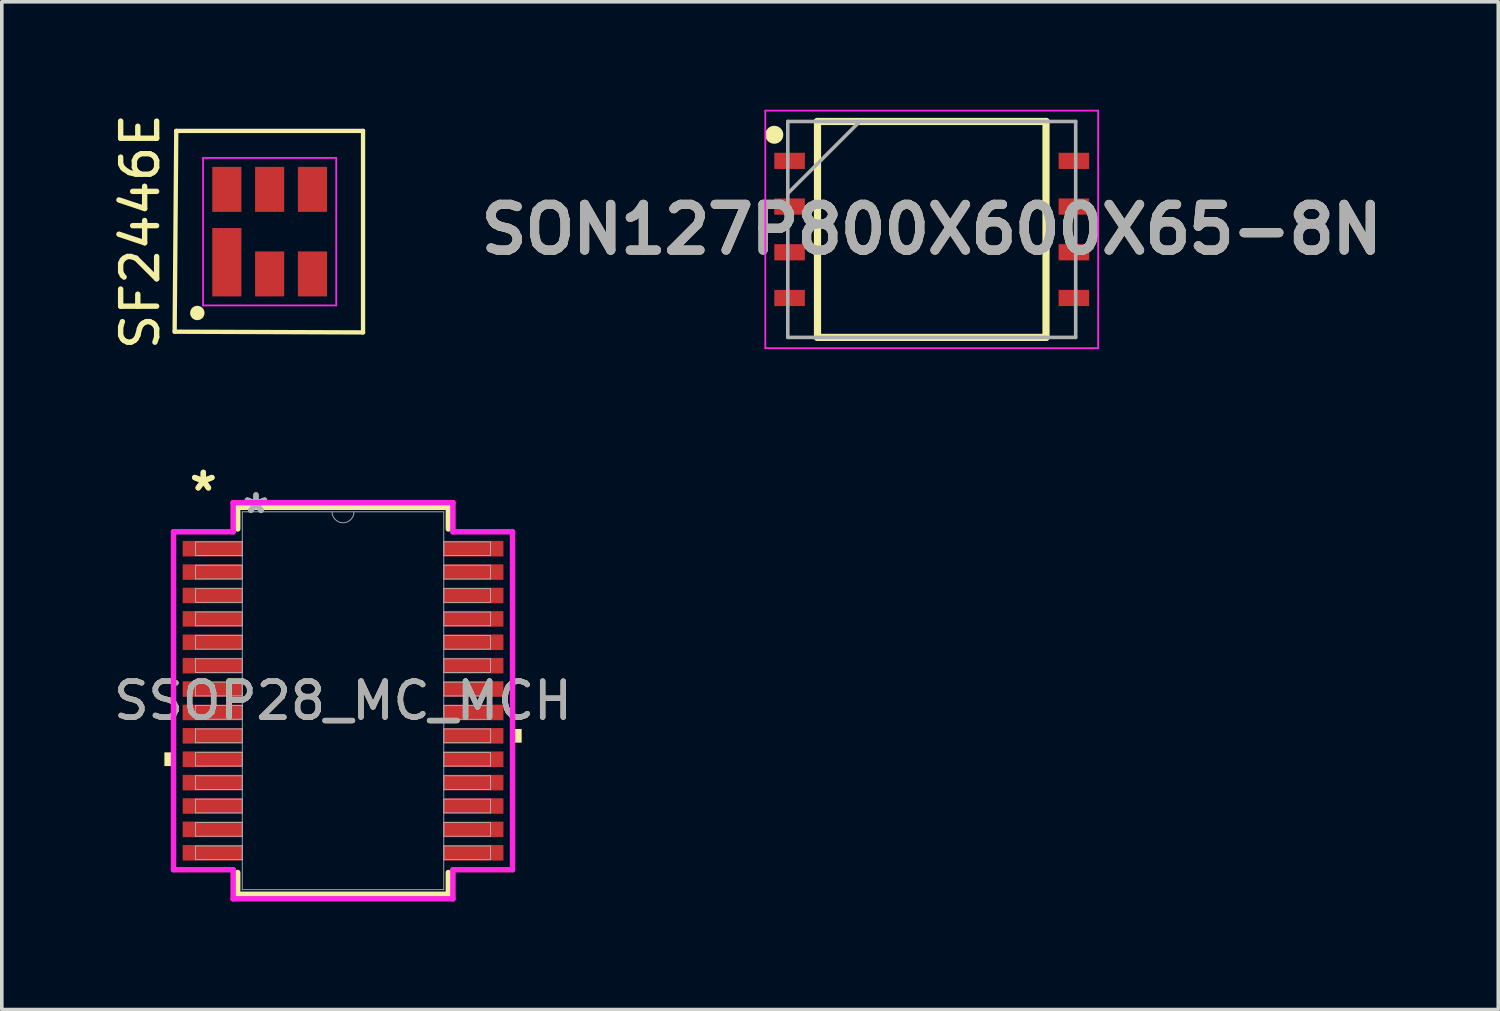
<source format=kicad_pcb>
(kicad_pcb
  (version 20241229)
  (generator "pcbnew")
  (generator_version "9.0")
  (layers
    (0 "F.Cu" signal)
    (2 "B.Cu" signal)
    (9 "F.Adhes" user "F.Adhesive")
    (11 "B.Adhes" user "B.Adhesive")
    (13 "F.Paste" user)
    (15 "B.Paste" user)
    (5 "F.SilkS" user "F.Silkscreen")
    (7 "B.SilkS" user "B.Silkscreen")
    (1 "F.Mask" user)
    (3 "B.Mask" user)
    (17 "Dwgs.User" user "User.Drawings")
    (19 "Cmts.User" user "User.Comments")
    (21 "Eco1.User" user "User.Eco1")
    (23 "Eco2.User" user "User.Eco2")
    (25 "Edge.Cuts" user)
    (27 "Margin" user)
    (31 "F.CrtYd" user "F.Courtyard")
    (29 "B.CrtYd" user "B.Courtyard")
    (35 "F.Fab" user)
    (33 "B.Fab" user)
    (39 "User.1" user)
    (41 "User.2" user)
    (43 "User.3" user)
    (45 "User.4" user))
  (footprint "SF2446E"
    (layer "F.Cu")
    (at 4.443 3.387)
    (property "Reference" "SF2446E" (at -3.595 0 90) (layer "F.SilkS") (effects (font (size 1 1) (thickness 0.15))))
    (attr smd)
    (fp_line (start -2.64 2.78) (end -2.595 -2.8) (stroke (width 0.12) (type solid)) (layer "F.SilkS"))
    (fp_line (start -2.595 -2.8) (end 2.595 -2.8) (stroke (width 0.12) (type solid)) (layer "F.SilkS"))
    (fp_line (start 2.595 -2.8) (end 2.595 2.8) (stroke (width 0.12) (type solid)) (layer "F.SilkS"))
    (fp_line (start 2.595 2.8) (end -2.64 2.78) (stroke (width 0.12) (type solid)) (layer "F.SilkS"))
    (fp_circle (center -2.01 2.26) (end -1.86 2.26) (stroke (width 0.1) (type solid)) (fill yes) (layer "F.SilkS"))
    (fp_line (start -1.85 -2.05) (end 1.85 -2.05) (stroke (width 0.05) (type solid)) (layer "F.CrtYd"))
    (fp_line (start -1.85 2.05) (end -1.85 -2.05) (stroke (width 0.05) (type solid)) (layer "F.CrtYd"))
    (fp_line (start 1.85 -2.05) (end 1.85 2.05) (stroke (width 0.05) (type solid)) (layer "F.CrtYd"))
    (fp_line (start 1.85 2.05) (end -1.85 2.05) (stroke (width 0.05) (type solid)) (layer "F.CrtYd"))
    (pad "1" smd rect (at -1.19 0.85) (size 0.81 1.9) (layers "F.Cu" "F.Mask" "F.Paste"))
    (pad "2" smd rect (at 0 1.175) (size 0.81 1.25) (layers "F.Cu" "F.Mask" "F.Paste"))
    (pad "3" smd rect (at 1.19 1.175) (size 0.81 1.25) (layers "F.Cu" "F.Mask" "F.Paste"))
    (pad "4" smd rect (at 1.19 -1.175) (size 0.81 1.25) (layers "F.Cu" "F.Mask" "F.Paste"))
    (pad "5" smd rect (at 0 -1.175) (size 0.81 1.25) (layers "F.Cu" "F.Mask" "F.Paste"))
    (pad "6" smd rect (at -1.19 -1.175) (size 0.81 1.25) (layers "F.Cu" "F.Mask" "F.Paste")))
  (footprint "SSOP28_MC_MCH"
    (layer "F.Cu")
    (at 6.482 16.422)
    (property "Reference" "SSOP28_MC_MCH" (at 0 0 0) (unlocked yes) (layer "F.SilkS") (effects (font (size 1 1) (thickness 0.15))))
    (attr smd)
    (fp_line (start -2.927 -5.377) (end -2.927 -4.774) (stroke (width 0.152) (type solid)) (layer "F.SilkS"))
    (fp_line (start -2.927 4.774) (end -2.927 5.377) (stroke (width 0.152) (type solid)) (layer "F.SilkS"))
    (fp_line (start -2.927 5.377) (end 2.927 5.377) (stroke (width 0.152) (type solid)) (layer "F.SilkS"))
    (fp_line (start 2.927 -5.377) (end -2.927 -5.377) (stroke (width 0.152) (type solid)) (layer "F.SilkS"))
    (fp_line (start 2.927 -4.774) (end 2.927 -5.377) (stroke (width 0.152) (type solid)) (layer "F.SilkS"))
    (fp_line (start 2.927 5.377) (end 2.927 4.774) (stroke (width 0.152) (type solid)) (layer "F.SilkS"))
    (fp_poly (pts (xy -4.964 1.434) (xy -4.964 1.815) (xy -4.71 1.815) (xy -4.71 1.434)) (stroke (width 0) (type solid)) (fill yes) (layer "F.SilkS"))
    (fp_poly (pts (xy 4.964 0.784) (xy 4.964 1.165) (xy 4.71 1.165) (xy 4.71 0.784)) (stroke (width 0) (type solid)) (fill yes) (layer "F.SilkS"))
    (fp_line (start -4.71 -4.695) (end -3.054 -4.695) (stroke (width 0.152) (type solid)) (layer "F.CrtYd"))
    (fp_line (start -4.71 4.695) (end -4.71 -4.695) (stroke (width 0.152) (type solid)) (layer "F.CrtYd"))
    (fp_line (start -4.71 4.695) (end -3.054 4.695) (stroke (width 0.152) (type solid)) (layer "F.CrtYd"))
    (fp_line (start -3.054 -5.504) (end 3.054 -5.504) (stroke (width 0.152) (type solid)) (layer "F.CrtYd"))
    (fp_line (start -3.054 -4.695) (end -3.054 -5.504) (stroke (width 0.152) (type solid)) (layer "F.CrtYd"))
    (fp_line (start -3.054 5.504) (end -3.054 4.695) (stroke (width 0.152) (type solid)) (layer "F.CrtYd"))
    (fp_line (start 3.054 -5.504) (end 3.054 -4.695) (stroke (width 0.152) (type solid)) (layer "F.CrtYd"))
    (fp_line (start 3.054 4.695) (end 3.054 5.504) (stroke (width 0.152) (type solid)) (layer "F.CrtYd"))
    (fp_line (start 3.054 5.504) (end -3.054 5.504) (stroke (width 0.152) (type solid)) (layer "F.CrtYd"))
    (fp_line (start 4.71 -4.695) (end 3.054 -4.695) (stroke (width 0.152) (type solid)) (layer "F.CrtYd"))
    (fp_line (start 4.71 -4.695) (end 4.71 4.695) (stroke (width 0.152) (type solid)) (layer "F.CrtYd"))
    (fp_line (start 4.71 4.695) (end 3.054 4.695) (stroke (width 0.152) (type solid)) (layer "F.CrtYd"))
    (fp_line (start -4.1 -4.415) (end -4.1 -4.035) (stroke (width 0.025) (type solid)) (layer "F.Fab"))
    (fp_line (start -4.1 -4.035) (end -2.8 -4.035) (stroke (width 0.025) (type solid)) (layer "F.Fab"))
    (fp_line (start -4.1 -3.765) (end -4.1 -3.385) (stroke (width 0.025) (type solid)) (layer "F.Fab"))
    (fp_line (start -4.1 -3.385) (end -2.8 -3.385) (stroke (width 0.025) (type solid)) (layer "F.Fab"))
    (fp_line (start -4.1 -3.115) (end -4.1 -2.735) (stroke (width 0.025) (type solid)) (layer "F.Fab"))
    (fp_line (start -4.1 -2.735) (end -2.8 -2.735) (stroke (width 0.025) (type solid)) (layer "F.Fab"))
    (fp_line (start -4.1 -2.466) (end -4.1 -2.084) (stroke (width 0.025) (type solid)) (layer "F.Fab"))
    (fp_line (start -4.1 -2.084) (end -2.8 -2.084) (stroke (width 0.025) (type solid)) (layer "F.Fab"))
    (fp_line (start -4.1 -1.816) (end -4.1 -1.435) (stroke (width 0.025) (type solid)) (layer "F.Fab"))
    (fp_line (start -4.1 -1.435) (end -2.8 -1.435) (stroke (width 0.025) (type solid)) (layer "F.Fab"))
    (fp_line (start -4.1 -1.166) (end -4.1 -0.785) (stroke (width 0.025) (type solid)) (layer "F.Fab"))
    (fp_line (start -4.1 -0.785) (end -2.8 -0.785) (stroke (width 0.025) (type solid)) (layer "F.Fab"))
    (fp_line (start -4.1 -0.516) (end -4.1 -0.135) (stroke (width 0.025) (type solid)) (layer "F.Fab"))
    (fp_line (start -4.1 -0.135) (end -2.8 -0.135) (stroke (width 0.025) (type solid)) (layer "F.Fab"))
    (fp_line (start -4.1 0.134) (end -4.1 0.515) (stroke (width 0.025) (type solid)) (layer "F.Fab"))
    (fp_line (start -4.1 0.515) (end -2.8 0.515) (stroke (width 0.025) (type solid)) (layer "F.Fab"))
    (fp_line (start -4.1 0.784) (end -4.1 1.165) (stroke (width 0.025) (type solid)) (layer "F.Fab"))
    (fp_line (start -4.1 1.165) (end -2.8 1.165) (stroke (width 0.025) (type solid)) (layer "F.Fab"))
    (fp_line (start -4.1 1.434) (end -4.1 1.815) (stroke (width 0.025) (type solid)) (layer "F.Fab"))
    (fp_line (start -4.1 1.815) (end -2.8 1.815) (stroke (width 0.025) (type solid)) (layer "F.Fab"))
    (fp_line (start -4.1 2.084) (end -4.1 2.465) (stroke (width 0.025) (type solid)) (layer "F.Fab"))
    (fp_line (start -4.1 2.465) (end -2.8 2.465) (stroke (width 0.025) (type solid)) (layer "F.Fab"))
    (fp_line (start -4.1 2.734) (end -4.1 3.115) (stroke (width 0.025) (type solid)) (layer "F.Fab"))
    (fp_line (start -4.1 3.115) (end -2.8 3.115) (stroke (width 0.025) (type solid)) (layer "F.Fab"))
    (fp_line (start -4.1 3.384) (end -4.1 3.765) (stroke (width 0.025) (type solid)) (layer "F.Fab"))
    (fp_line (start -4.1 3.765) (end -2.8 3.765) (stroke (width 0.025) (type solid)) (layer "F.Fab"))
    (fp_line (start -4.1 4.034) (end -4.1 4.415) (stroke (width 0.025) (type solid)) (layer "F.Fab"))
    (fp_line (start -4.1 4.415) (end -2.8 4.415) (stroke (width 0.025) (type solid)) (layer "F.Fab"))
    (fp_line (start -2.8 -5.25) (end -2.8 5.25) (stroke (width 0.025) (type solid)) (layer "F.Fab"))
    (fp_line (start -2.8 -4.415) (end -4.1 -4.415) (stroke (width 0.025) (type solid)) (layer "F.Fab"))
    (fp_line (start -2.8 -4.035) (end -2.8 -4.415) (stroke (width 0.025) (type solid)) (layer "F.Fab"))
    (fp_line (start -2.8 -3.765) (end -4.1 -3.765) (stroke (width 0.025) (type solid)) (layer "F.Fab"))
    (fp_line (start -2.8 -3.385) (end -2.8 -3.765) (stroke (width 0.025) (type solid)) (layer "F.Fab"))
    (fp_line (start -2.8 -3.115) (end -4.1 -3.115) (stroke (width 0.025) (type solid)) (layer "F.Fab"))
    (fp_line (start -2.8 -2.735) (end -2.8 -3.115) (stroke (width 0.025) (type solid)) (layer "F.Fab"))
    (fp_line (start -2.8 -2.466) (end -4.1 -2.466) (stroke (width 0.025) (type solid)) (layer "F.Fab"))
    (fp_line (start -2.8 -2.084) (end -2.8 -2.466) (stroke (width 0.025) (type solid)) (layer "F.Fab"))
    (fp_line (start -2.8 -1.816) (end -4.1 -1.816) (stroke (width 0.025) (type solid)) (layer "F.Fab"))
    (fp_line (start -2.8 -1.435) (end -2.8 -1.816) (stroke (width 0.025) (type solid)) (layer "F.Fab"))
    (fp_line (start -2.8 -1.166) (end -4.1 -1.166) (stroke (width 0.025) (type solid)) (layer "F.Fab"))
    (fp_line (start -2.8 -0.785) (end -2.8 -1.166) (stroke (width 0.025) (type solid)) (layer "F.Fab"))
    (fp_line (start -2.8 -0.516) (end -4.1 -0.516) (stroke (width 0.025) (type solid)) (layer "F.Fab"))
    (fp_line (start -2.8 -0.135) (end -2.8 -0.516) (stroke (width 0.025) (type solid)) (layer "F.Fab"))
    (fp_line (start -2.8 0.134) (end -4.1 0.134) (stroke (width 0.025) (type solid)) (layer "F.Fab"))
    (fp_line (start -2.8 0.515) (end -2.8 0.134) (stroke (width 0.025) (type solid)) (layer "F.Fab"))
    (fp_line (start -2.8 0.784) (end -4.1 0.784) (stroke (width 0.025) (type solid)) (layer "F.Fab"))
    (fp_line (start -2.8 1.165) (end -2.8 0.784) (stroke (width 0.025) (type solid)) (layer "F.Fab"))
    (fp_line (start -2.8 1.434) (end -4.1 1.434) (stroke (width 0.025) (type solid)) (layer "F.Fab"))
    (fp_line (start -2.8 1.815) (end -2.8 1.434) (stroke (width 0.025) (type solid)) (layer "F.Fab"))
    (fp_line (start -2.8 2.084) (end -4.1 2.084) (stroke (width 0.025) (type solid)) (layer "F.Fab"))
    (fp_line (start -2.8 2.465) (end -2.8 2.084) (stroke (width 0.025) (type solid)) (layer "F.Fab"))
    (fp_line (start -2.8 2.734) (end -4.1 2.734) (stroke (width 0.025) (type solid)) (layer "F.Fab"))
    (fp_line (start -2.8 3.115) (end -2.8 2.734) (stroke (width 0.025) (type solid)) (layer "F.Fab"))
    (fp_line (start -2.8 3.384) (end -4.1 3.384) (stroke (width 0.025) (type solid)) (layer "F.Fab"))
    (fp_line (start -2.8 3.765) (end -2.8 3.384) (stroke (width 0.025) (type solid)) (layer "F.Fab"))
    (fp_line (start -2.8 4.034) (end -4.1 4.034) (stroke (width 0.025) (type solid)) (layer "F.Fab"))
    (fp_line (start -2.8 4.415) (end -2.8 4.034) (stroke (width 0.025) (type solid)) (layer "F.Fab"))
    (fp_line (start -2.8 5.25) (end 2.8 5.25) (stroke (width 0.025) (type solid)) (layer "F.Fab"))
    (fp_line (start 2.8 -5.25) (end -2.8 -5.25) (stroke (width 0.025) (type solid)) (layer "F.Fab"))
    (fp_line (start 2.8 -4.415) (end 2.8 -4.034) (stroke (width 0.025) (type solid)) (layer "F.Fab"))
    (fp_line (start 2.8 -4.034) (end 4.1 -4.034) (stroke (width 0.025) (type solid)) (layer "F.Fab"))
    (fp_line (start 2.8 -3.765) (end 2.8 -3.384) (stroke (width 0.025) (type solid)) (layer "F.Fab"))
    (fp_line (start 2.8 -3.384) (end 4.1 -3.384) (stroke (width 0.025) (type solid)) (layer "F.Fab"))
    (fp_line (start 2.8 -3.115) (end 2.8 -2.734) (stroke (width 0.025) (type solid)) (layer "F.Fab"))
    (fp_line (start 2.8 -2.734) (end 4.1 -2.734) (stroke (width 0.025) (type solid)) (layer "F.Fab"))
    (fp_line (start 2.8 -2.465) (end 2.8 -2.084) (stroke (width 0.025) (type solid)) (layer "F.Fab"))
    (fp_line (start 2.8 -2.084) (end 4.1 -2.084) (stroke (width 0.025) (type solid)) (layer "F.Fab"))
    (fp_line (start 2.8 -1.815) (end 2.8 -1.434) (stroke (width 0.025) (type solid)) (layer "F.Fab"))
    (fp_line (start 2.8 -1.434) (end 4.1 -1.434) (stroke (width 0.025) (type solid)) (layer "F.Fab"))
    (fp_line (start 2.8 -1.165) (end 2.8 -0.784) (stroke (width 0.025) (type solid)) (layer "F.Fab"))
    (fp_line (start 2.8 -0.784) (end 4.1 -0.784) (stroke (width 0.025) (type solid)) (layer "F.Fab"))
    (fp_line (start 2.8 -0.515) (end 2.8 -0.134) (stroke (width 0.025) (type solid)) (layer "F.Fab"))
    (fp_line (start 2.8 -0.134) (end 4.1 -0.134) (stroke (width 0.025) (type solid)) (layer "F.Fab"))
    (fp_line (start 2.8 0.135) (end 2.8 0.516) (stroke (width 0.025) (type solid)) (layer "F.Fab"))
    (fp_line (start 2.8 0.516) (end 4.1 0.516) (stroke (width 0.025) (type solid)) (layer "F.Fab"))
    (fp_line (start 2.8 0.784) (end 2.8 1.165) (stroke (width 0.025) (type solid)) (layer "F.Fab"))
    (fp_line (start 2.8 1.165) (end 4.1 1.165) (stroke (width 0.025) (type solid)) (layer "F.Fab"))
    (fp_line (start 2.8 1.435) (end 2.8 1.815) (stroke (width 0.025) (type solid)) (layer "F.Fab"))
    (fp_line (start 2.8 1.815) (end 4.1 1.815) (stroke (width 0.025) (type solid)) (layer "F.Fab"))
    (fp_line (start 2.8 2.084) (end 2.8 2.466) (stroke (width 0.025) (type solid)) (layer "F.Fab"))
    (fp_line (start 2.8 2.466) (end 4.1 2.466) (stroke (width 0.025) (type solid)) (layer "F.Fab"))
    (fp_line (start 2.8 2.735) (end 2.8 3.115) (stroke (width 0.025) (type solid)) (layer "F.Fab"))
    (fp_line (start 2.8 3.115) (end 4.1 3.115) (stroke (width 0.025) (type solid)) (layer "F.Fab"))
    (fp_line (start 2.8 3.385) (end 2.8 3.765) (stroke (width 0.025) (type solid)) (layer "F.Fab"))
    (fp_line (start 2.8 3.765) (end 4.1 3.765) (stroke (width 0.025) (type solid)) (layer "F.Fab"))
    (fp_line (start 2.8 4.035) (end 2.8 4.415) (stroke (width 0.025) (type solid)) (layer "F.Fab"))
    (fp_line (start 2.8 4.415) (end 4.1 4.415) (stroke (width 0.025) (type solid)) (layer "F.Fab"))
    (fp_line (start 2.8 5.25) (end 2.8 -5.25) (stroke (width 0.025) (type solid)) (layer "F.Fab"))
    (fp_line (start 4.1 -4.415) (end 2.8 -4.415) (stroke (width 0.025) (type solid)) (layer "F.Fab"))
    (fp_line (start 4.1 -4.034) (end 4.1 -4.415) (stroke (width 0.025) (type solid)) (layer "F.Fab"))
    (fp_line (start 4.1 -3.765) (end 2.8 -3.765) (stroke (width 0.025) (type solid)) (layer "F.Fab"))
    (fp_line (start 4.1 -3.384) (end 4.1 -3.765) (stroke (width 0.025) (type solid)) (layer "F.Fab"))
    (fp_line (start 4.1 -3.115) (end 2.8 -3.115) (stroke (width 0.025) (type solid)) (layer "F.Fab"))
    (fp_line (start 4.1 -2.734) (end 4.1 -3.115) (stroke (width 0.025) (type solid)) (layer "F.Fab"))
    (fp_line (start 4.1 -2.465) (end 2.8 -2.465) (stroke (width 0.025) (type solid)) (layer "F.Fab"))
    (fp_line (start 4.1 -2.084) (end 4.1 -2.465) (stroke (width 0.025) (type solid)) (layer "F.Fab"))
    (fp_line (start 4.1 -1.815) (end 2.8 -1.815) (stroke (width 0.025) (type solid)) (layer "F.Fab"))
    (fp_line (start 4.1 -1.434) (end 4.1 -1.815) (stroke (width 0.025) (type solid)) (layer "F.Fab"))
    (fp_line (start 4.1 -1.165) (end 2.8 -1.165) (stroke (width 0.025) (type solid)) (layer "F.Fab"))
    (fp_line (start 4.1 -0.784) (end 4.1 -1.165) (stroke (width 0.025) (type solid)) (layer "F.Fab"))
    (fp_line (start 4.1 -0.515) (end 2.8 -0.515) (stroke (width 0.025) (type solid)) (layer "F.Fab"))
    (fp_line (start 4.1 -0.134) (end 4.1 -0.515) (stroke (width 0.025) (type solid)) (layer "F.Fab"))
    (fp_line (start 4.1 0.135) (end 2.8 0.135) (stroke (width 0.025) (type solid)) (layer "F.Fab"))
    (fp_line (start 4.1 0.516) (end 4.1 0.135) (stroke (width 0.025) (type solid)) (layer "F.Fab"))
    (fp_line (start 4.1 0.784) (end 2.8 0.784) (stroke (width 0.025) (type solid)) (layer "F.Fab"))
    (fp_line (start 4.1 1.165) (end 4.1 0.784) (stroke (width 0.025) (type solid)) (layer "F.Fab"))
    (fp_line (start 4.1 1.435) (end 2.8 1.435) (stroke (width 0.025) (type solid)) (layer "F.Fab"))
    (fp_line (start 4.1 1.815) (end 4.1 1.435) (stroke (width 0.025) (type solid)) (layer "F.Fab"))
    (fp_line (start 4.1 2.084) (end 2.8 2.084) (stroke (width 0.025) (type solid)) (layer "F.Fab"))
    (fp_line (start 4.1 2.466) (end 4.1 2.084) (stroke (width 0.025) (type solid)) (layer "F.Fab"))
    (fp_line (start 4.1 2.735) (end 2.8 2.735) (stroke (width 0.025) (type solid)) (layer "F.Fab"))
    (fp_line (start 4.1 3.115) (end 4.1 2.735) (stroke (width 0.025) (type solid)) (layer "F.Fab"))
    (fp_line (start 4.1 3.385) (end 2.8 3.385) (stroke (width 0.025) (type solid)) (layer "F.Fab"))
    (fp_line (start 4.1 3.765) (end 4.1 3.385) (stroke (width 0.025) (type solid)) (layer "F.Fab"))
    (fp_line (start 4.1 4.035) (end 2.8 4.035) (stroke (width 0.025) (type solid)) (layer "F.Fab"))
    (fp_line (start 4.1 4.415) (end 4.1 4.035) (stroke (width 0.025) (type solid)) (layer "F.Fab"))
    (fp_arc (start 0.3048 -5.25) (mid 0 -4.9452) (end -0.3048 -5.25) (stroke (width 0.0254) (type solid)) (layer "F.Fab"))
    (fp_text user "*" (at -3.882 -5.8 0) (layer "F.SilkS") (effects (font (size 1 1) (thickness 0.15))))
    (fp_text user "*" (at -3.882 -5.8 0) (unlocked yes) (layer "F.SilkS") (effects (font (size 1 1) (thickness 0.15))))
    (fp_text user "*" (at -2.419 -5.174 0) (unlocked yes) (layer "F.Fab") (effects (font (size 1 1) (thickness 0.15))))
    (fp_text user "${REFERENCE}" (at 0 0 0) (unlocked yes) (layer "F.Fab") (effects (font (size 1 1) (thickness 0.15))))
    (fp_text user "*" (at -2.419 -5.174 0) (layer "F.Fab") (effects (font (size 1 1) (thickness 0.15))))
    (pad "1" smd rect (at -3.628 -4.225) (size 1.656 0.432) (layers "F.Cu" "F.Mask" "F.Paste"))
    (pad "2" smd rect (at -3.628 -3.575) (size 1.656 0.432) (layers "F.Cu" "F.Mask" "F.Paste"))
    (pad "3" smd rect (at -3.628 -2.925) (size 1.656 0.432) (layers "F.Cu" "F.Mask" "F.Paste"))
    (pad "4" smd rect (at -3.628 -2.275) (size 1.656 0.432) (layers "F.Cu" "F.Mask" "F.Paste"))
    (pad "5" smd rect (at -3.628 -1.625) (size 1.656 0.432) (layers "F.Cu" "F.Mask" "F.Paste"))
    (pad "6" smd rect (at -3.628 -0.975) (size 1.656 0.432) (layers "F.Cu" "F.Mask" "F.Paste"))
    (pad "7" smd rect (at -3.628 -0.325) (size 1.656 0.432) (layers "F.Cu" "F.Mask" "F.Paste"))
    (pad "8" smd rect (at -3.628 0.325) (size 1.656 0.432) (layers "F.Cu" "F.Mask" "F.Paste"))
    (pad "9" smd rect (at -3.628 0.975) (size 1.656 0.432) (layers "F.Cu" "F.Mask" "F.Paste"))
    (pad "10" smd rect (at -3.628 1.625) (size 1.656 0.432) (layers "F.Cu" "F.Mask" "F.Paste"))
    (pad "11" smd rect (at -3.628 2.275) (size 1.656 0.432) (layers "F.Cu" "F.Mask" "F.Paste"))
    (pad "12" smd rect (at -3.628 2.925) (size 1.656 0.432) (layers "F.Cu" "F.Mask" "F.Paste"))
    (pad "13" smd rect (at -3.628 3.575) (size 1.656 0.432) (layers "F.Cu" "F.Mask" "F.Paste"))
    (pad "14" smd rect (at -3.628 4.225) (size 1.656 0.432) (layers "F.Cu" "F.Mask" "F.Paste"))
    (pad "15" smd rect (at 3.628 4.225) (size 1.656 0.432) (layers "F.Cu" "F.Mask" "F.Paste"))
    (pad "16" smd rect (at 3.628 3.575) (size 1.656 0.432) (layers "F.Cu" "F.Mask" "F.Paste"))
    (pad "17" smd rect (at 3.628 2.925) (size 1.656 0.432) (layers "F.Cu" "F.Mask" "F.Paste"))
    (pad "18" smd rect (at 3.628 2.275) (size 1.656 0.432) (layers "F.Cu" "F.Mask" "F.Paste"))
    (pad "19" smd rect (at 3.628 1.625) (size 1.656 0.432) (layers "F.Cu" "F.Mask" "F.Paste"))
    (pad "20" smd rect (at 3.628 0.975) (size 1.656 0.432) (layers "F.Cu" "F.Mask" "F.Paste"))
    (pad "21" smd rect (at 3.628 0.325) (size 1.656 0.432) (layers "F.Cu" "F.Mask" "F.Paste"))
    (pad "22" smd rect (at 3.628 -0.325) (size 1.656 0.432) (layers "F.Cu" "F.Mask" "F.Paste"))
    (pad "23" smd rect (at 3.628 -0.975) (size 1.656 0.432) (layers "F.Cu" "F.Mask" "F.Paste"))
    (pad "24" smd rect (at 3.628 -1.625) (size 1.656 0.432) (layers "F.Cu" "F.Mask" "F.Paste"))
    (pad "25" smd rect (at 3.628 -2.275) (size 1.656 0.432) (layers "F.Cu" "F.Mask" "F.Paste"))
    (pad "26" smd rect (at 3.628 -2.925) (size 1.656 0.432) (layers "F.Cu" "F.Mask" "F.Paste"))
    (pad "27" smd rect (at 3.628 -3.575) (size 1.656 0.432) (layers "F.Cu" "F.Mask" "F.Paste"))
    (pad "28" smd rect (at 3.628 -4.225) (size 1.656 0.432) (layers "F.Cu" "F.Mask" "F.Paste")))
  (footprint "SON127P800X600X65-8N"
    (layer "F.Cu")
    (at 22.841 3.325)
    (property "Reference" "SON127P800X600X65-8N" (at 0 0 0) (layer "F.SilkS") (effects (font (size 1.27 1.27) (thickness 0.254))))
    (attr smd)
    (fp_line (start -3.175 -3) (end 3.175 -3) (stroke (width 0.2) (type solid)) (layer "F.SilkS"))
    (fp_line (start -3.175 3) (end -3.175 -3) (stroke (width 0.2) (type solid)) (layer "F.SilkS"))
    (fp_line (start 3.175 -3) (end 3.175 3) (stroke (width 0.2) (type solid)) (layer "F.SilkS"))
    (fp_line (start 3.175 3) (end -3.175 3) (stroke (width 0.2) (type solid)) (layer "F.SilkS"))
    (fp_circle (center -4.375 -2.63) (end -4.375 -2.505) (stroke (width 0.25) (type solid)) (fill no) (layer "F.SilkS"))
    (fp_line (start -4.625 -3.3) (end 4.625 -3.3) (stroke (width 0.05) (type solid)) (layer "F.CrtYd"))
    (fp_line (start -4.625 3.3) (end -4.625 -3.3) (stroke (width 0.05) (type solid)) (layer "F.CrtYd"))
    (fp_line (start 4.625 -3.3) (end 4.625 3.3) (stroke (width 0.05) (type solid)) (layer "F.CrtYd"))
    (fp_line (start 4.625 3.3) (end -4.625 3.3) (stroke (width 0.05) (type solid)) (layer "F.CrtYd"))
    (fp_line (start -4 -3) (end 4 -3) (stroke (width 0.1) (type solid)) (layer "F.Fab"))
    (fp_line (start -4 -1) (end -2 -3) (stroke (width 0.1) (type solid)) (layer "F.Fab"))
    (fp_line (start -4 3) (end -4 -3) (stroke (width 0.1) (type solid)) (layer "F.Fab"))
    (fp_line (start 4 -3) (end 4 3) (stroke (width 0.1) (type solid)) (layer "F.Fab"))
    (fp_line (start 4 3) (end -4 3) (stroke (width 0.1) (type solid)) (layer "F.Fab"))
    (fp_text user "${REFERENCE}" (at 0 0 0) (layer "F.Fab") (effects (font (size 1.27 1.27) (thickness 0.254))))
    (pad "1" smd rect (at -3.95 -1.905 90) (size 0.45 0.85) (layers "F.Cu" "F.Mask" "F.Paste"))
    (pad "2" smd rect (at -3.95 -0.635 90) (size 0.45 0.85) (layers "F.Cu" "F.Mask" "F.Paste"))
    (pad "3" smd rect (at -3.95 0.635 90) (size 0.45 0.85) (layers "F.Cu" "F.Mask" "F.Paste"))
    (pad "4" smd rect (at -3.95 1.905 90) (size 0.45 0.85) (layers "F.Cu" "F.Mask" "F.Paste"))
    (pad "5" smd rect (at 3.95 1.905 90) (size 0.45 0.85) (layers "F.Cu" "F.Mask" "F.Paste"))
    (pad "6" smd rect (at 3.95 0.635 90) (size 0.45 0.85) (layers "F.Cu" "F.Mask" "F.Paste"))
    (pad "7" smd rect (at 3.95 -0.635 90) (size 0.45 0.85) (layers "F.Cu" "F.Mask" "F.Paste"))
    (pad "8" smd rect (at 3.95 -1.905 90) (size 0.45 0.85) (layers "F.Cu" "F.Mask" "F.Paste")))
  (gr_rect
    (start -3 -3)
    (end 38.583 25.002)
    (stroke (width 0.1) (type default))
    (fill no)
    (layer "Edge.Cuts")))
</source>
